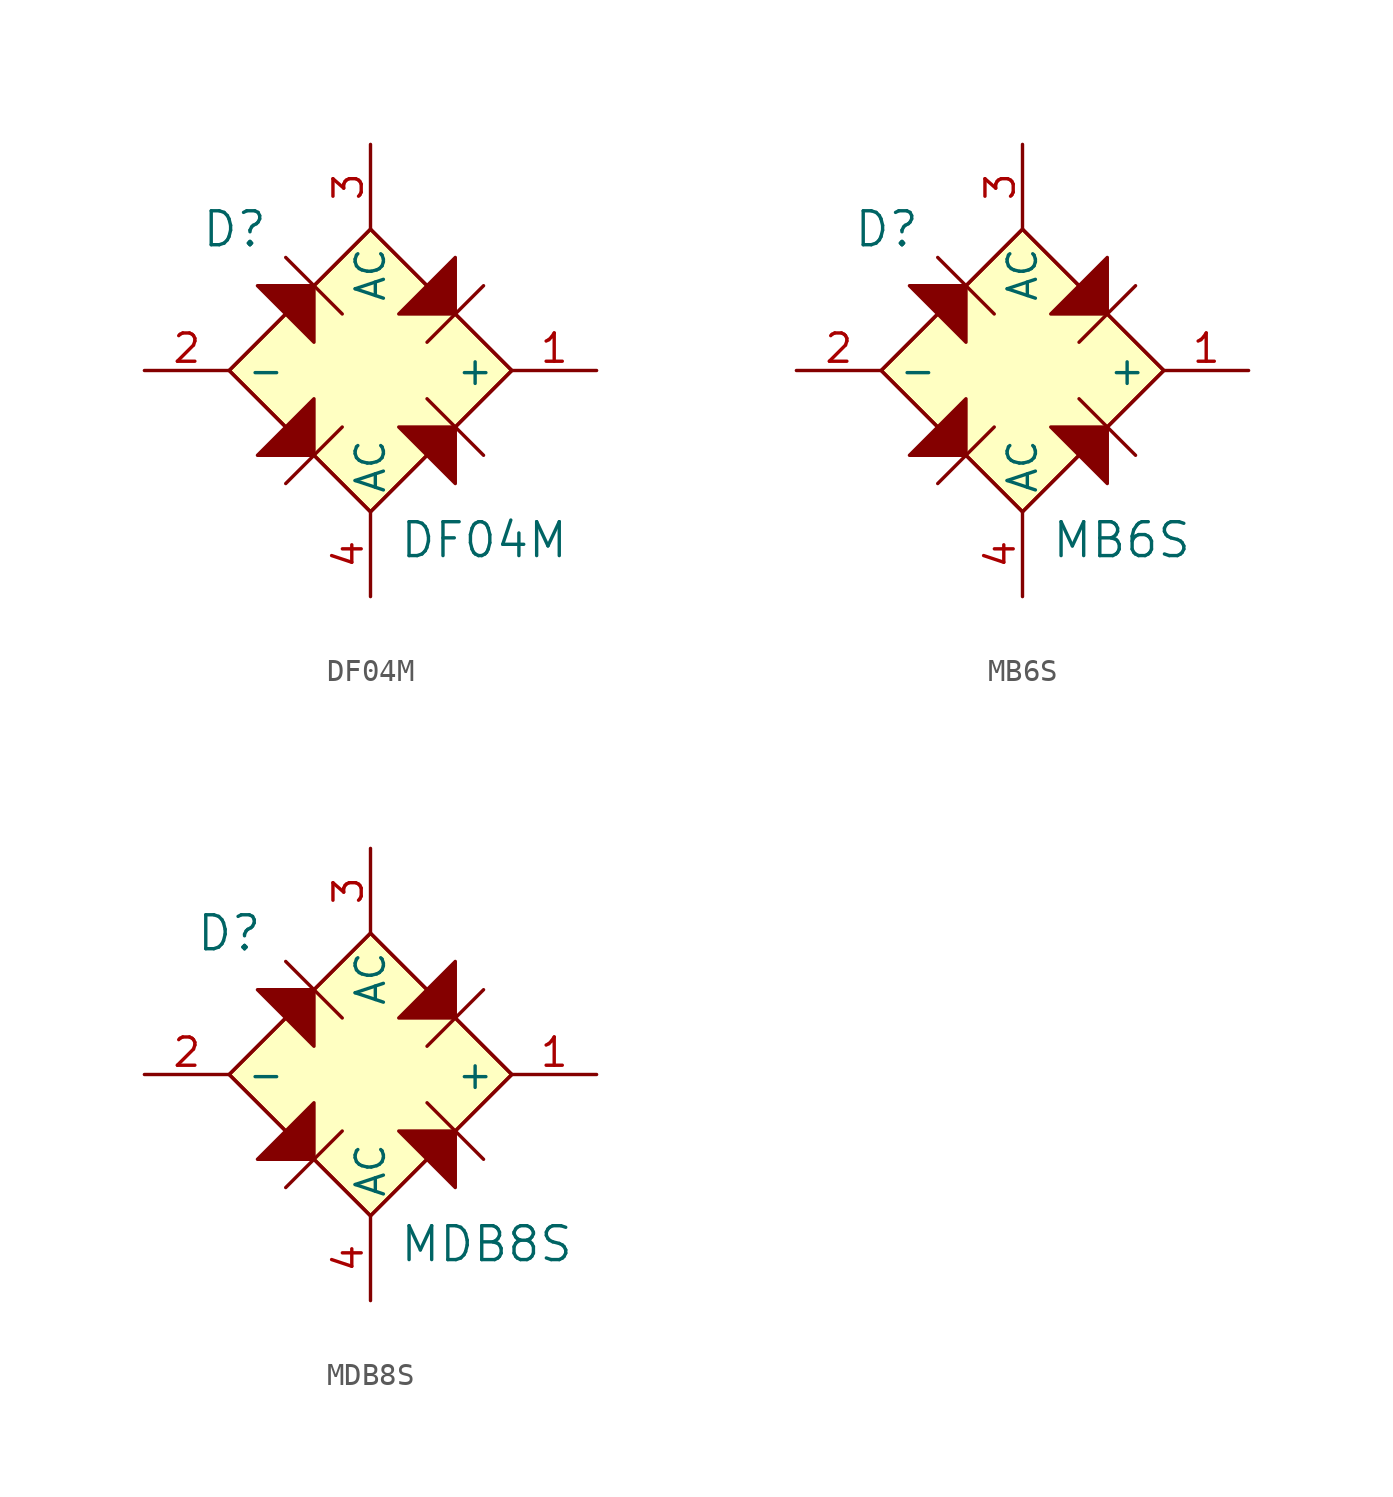
<source format=kicad_sym>
(kicad_symbol_lib
  (version 20220914)
  (generator kicad_symbol_editor)
  (symbol "DF04M"
    (pin_names
      (offset 0.762))
    (property "Reference" "D"
      (at -7.62 6.35 0)
      (effects (font (size 1.524 1.524)) (justify left)))
    (property "Value" "DF04M"
      (at 1.27 -7.62 0)
      (effects (font (size 1.524 1.524)) (justify left)))
    (symbol "DF04M_0_1"
      (polyline (pts (xy -3.81 5.08) (xy -1.27 2.54)) (stroke (width 0) (type default)) (fill (type none)))
      (polyline (pts (xy -1.27 -2.54) (xy -3.81 -5.08)) (stroke (width 0) (type default)) (fill (type none)))
      (polyline (pts (xy 2.54 -1.27) (xy 5.08 -3.81)) (stroke (width 0) (type default)) (fill (type none)))
      (polyline (pts (xy 5.08 3.81) (xy 2.54 1.27)) (stroke (width 0) (type default)) (fill (type none)))
      (polyline (pts (xy -3.81 2.54) (xy -6.35 0) (xy -3.81 -2.54)) (stroke (width 0) (type default)) (fill (type none)))
      (polyline (pts (xy -2.54 3.81) (xy 0 6.35) (xy 2.54 3.81)) (stroke (width 0) (type default)) (fill (type none)))
      (polyline (pts (xy 2.54 -3.81) (xy 0 -6.35) (xy -2.54 -3.81)) (stroke (width 0) (type default)) (fill (type none)))
      (polyline (pts (xy 3.81 2.54) (xy 6.35 0) (xy 3.81 -2.54)) (stroke (width 0) (type default)) (fill (type none)))
      (polyline (pts (xy -2.54 1.27) (xy -2.54 3.81) (xy -5.08 3.81) (xy -2.54 1.27)) (stroke (width 0) (type default)) (fill (type outline)))
      (polyline (pts (xy 1.27 -2.54) (xy 3.81 -2.54) (xy 3.81 -5.08) (xy 1.27 -2.54)) (stroke (width 0) (type default)) (fill (type outline)))
      (polyline (pts (xy 1.27 2.54) (xy 3.81 2.54) (xy 3.81 5.08) (xy 1.27 2.54)) (stroke (width 0) (type default)) (fill (type outline)))
      (polyline (pts (xy -2.54 -3.81) (xy -2.54 -1.27) (xy -3.81 -2.54) (xy -5.08 -3.81) (xy -2.54 -3.81)) (stroke (width 0) (type default)) (fill (type outline)))
      (polyline (pts (xy 0 6.35) (xy 6.35 0) (xy 0 -6.35) (xy -6.35 0) (xy 0 6.35)) (stroke (width 0) (type default)) (fill (type background))))
    (symbol "DF04M_1_1"
      (pin power_out line (at 10.16 0 180) (length 3.81) (name "+" (effects (font (size 1.27 1.27)))) (number "1" (effects (font (size 1.27 1.27)))))
      (pin power_out line (at -10.16 0 0) (length 3.81) (name "-" (effects (font (size 1.27 1.27)))) (number "2" (effects (font (size 1.27 1.27)))))
      (pin power_in line (at 0 10.16 270) (length 3.81) (name "AC" (effects (font (size 1.27 1.27)))) (number "3" (effects (font (size 1.27 1.27)))))
      (pin power_in line (at 0 -10.16 90) (length 3.81) (name "AC" (effects (font (size 1.27 1.27)))) (number "4" (effects (font (size 1.27 1.27)))))))
  (symbol "MB6S"
    (pin_names
      (offset 0.762))
    (property "Reference" "D"
      (at -7.62 6.35 0)
      (effects (font (size 1.524 1.524)) (justify left)))
    (property "Value" "MB6S"
      (at 1.27 -7.62 0)
      (effects (font (size 1.524 1.524)) (justify left)))
    (symbol "MB6S_0_1"
      (polyline (pts (xy -3.81 5.08) (xy -1.27 2.54)) (stroke (width 0) (type default)) (fill (type none)))
      (polyline (pts (xy -1.27 -2.54) (xy -3.81 -5.08)) (stroke (width 0) (type default)) (fill (type none)))
      (polyline (pts (xy 2.54 -1.27) (xy 5.08 -3.81)) (stroke (width 0) (type default)) (fill (type none)))
      (polyline (pts (xy 5.08 3.81) (xy 2.54 1.27)) (stroke (width 0) (type default)) (fill (type none)))
      (polyline (pts (xy -3.81 2.54) (xy -6.35 0) (xy -3.81 -2.54)) (stroke (width 0) (type default)) (fill (type none)))
      (polyline (pts (xy -2.54 3.81) (xy 0 6.35) (xy 2.54 3.81)) (stroke (width 0) (type default)) (fill (type none)))
      (polyline (pts (xy 2.54 -3.81) (xy 0 -6.35) (xy -2.54 -3.81)) (stroke (width 0) (type default)) (fill (type none)))
      (polyline (pts (xy 3.81 2.54) (xy 6.35 0) (xy 3.81 -2.54)) (stroke (width 0) (type default)) (fill (type none)))
      (polyline (pts (xy -2.54 1.27) (xy -2.54 3.81) (xy -5.08 3.81) (xy -2.54 1.27)) (stroke (width 0) (type default)) (fill (type outline)))
      (polyline (pts (xy 1.27 -2.54) (xy 3.81 -2.54) (xy 3.81 -5.08) (xy 1.27 -2.54)) (stroke (width 0) (type default)) (fill (type outline)))
      (polyline (pts (xy 1.27 2.54) (xy 3.81 2.54) (xy 3.81 5.08) (xy 1.27 2.54)) (stroke (width 0) (type default)) (fill (type outline)))
      (polyline (pts (xy -2.54 -3.81) (xy -2.54 -1.27) (xy -3.81 -2.54) (xy -5.08 -3.81) (xy -2.54 -3.81)) (stroke (width 0) (type default)) (fill (type outline)))
      (polyline (pts (xy 0 6.35) (xy -6.35 0) (xy 0 -6.35) (xy 6.35 0) (xy 0 6.35)) (stroke (width 0) (type default)) (fill (type background))))
    (symbol "MB6S_1_1"
      (pin power_out line (at 10.16 0 180) (length 3.81) (name "+" (effects (font (size 1.27 1.27)))) (number "1" (effects (font (size 1.27 1.27)))))
      (pin power_out line (at -10.16 0 0) (length 3.81) (name "-" (effects (font (size 1.27 1.27)))) (number "2" (effects (font (size 1.27 1.27)))))
      (pin power_in line (at 0 10.16 270) (length 3.81) (name "AC" (effects (font (size 1.27 1.27)))) (number "3" (effects (font (size 1.27 1.27)))))
      (pin power_in line (at 0 -10.16 90) (length 3.81) (name "AC" (effects (font (size 1.27 1.27)))) (number "4" (effects (font (size 1.27 1.27)))))))
  (symbol "MDB8S"
    (pin_names
      (offset 0.762))
    (property "Reference" "D"
      (at -6.35 6.35 0)
      (effects (font (size 1.524 1.524))))
    (property "Value" "MDB8S"
      (at 1.27 -7.62 0)
      (effects (font (size 1.524 1.524)) (justify left)))
    (symbol "MDB8S_0_1"
      (polyline (pts (xy -3.81 5.08) (xy -1.27 2.54)) (stroke (width 0) (type default)) (fill (type none)))
      (polyline (pts (xy -1.27 -2.54) (xy -3.81 -5.08)) (stroke (width 0) (type default)) (fill (type none)))
      (polyline (pts (xy 2.54 -1.27) (xy 5.08 -3.81)) (stroke (width 0) (type default)) (fill (type none)))
      (polyline (pts (xy 5.08 3.81) (xy 2.54 1.27)) (stroke (width 0) (type default)) (fill (type none)))
      (polyline (pts (xy -3.81 2.54) (xy -6.35 0) (xy -3.81 -2.54)) (stroke (width 0) (type default)) (fill (type none)))
      (polyline (pts (xy -2.54 3.81) (xy 0 6.35) (xy 2.54 3.81)) (stroke (width 0) (type default)) (fill (type none)))
      (polyline (pts (xy 2.54 -3.81) (xy 0 -6.35) (xy -2.54 -3.81)) (stroke (width 0) (type default)) (fill (type none)))
      (polyline (pts (xy 3.81 2.54) (xy 6.35 0) (xy 3.81 -2.54)) (stroke (width 0) (type default)) (fill (type none)))
      (polyline (pts (xy -2.54 1.27) (xy -2.54 3.81) (xy -5.08 3.81) (xy -2.54 1.27)) (stroke (width 0) (type default)) (fill (type outline)))
      (polyline (pts (xy 1.27 -2.54) (xy 3.81 -2.54) (xy 3.81 -5.08) (xy 1.27 -2.54)) (stroke (width 0) (type default)) (fill (type outline)))
      (polyline (pts (xy 1.27 2.54) (xy 3.81 2.54) (xy 3.81 5.08) (xy 1.27 2.54)) (stroke (width 0) (type default)) (fill (type outline)))
      (polyline (pts (xy -2.54 -3.81) (xy -2.54 -1.27) (xy -3.81 -2.54) (xy -5.08 -3.81) (xy -2.54 -3.81)) (stroke (width 0) (type default)) (fill (type outline)))
      (polyline (pts (xy 0 6.35) (xy -6.35 0) (xy 0 -6.35) (xy 6.35 0) (xy 0 6.35)) (stroke (width 0) (type default)) (fill (type background))))
    (symbol "MDB8S_1_1"
      (pin power_out line (at 10.16 0 180) (length 3.81) (name "+" (effects (font (size 1.27 1.27)))) (number "1" (effects (font (size 1.27 1.27)))))
      (pin power_out line (at -10.16 0 0) (length 3.81) (name "-" (effects (font (size 1.27 1.27)))) (number "2" (effects (font (size 1.27 1.27)))))
      (pin power_in line (at 0 10.16 270) (length 3.81) (name "AC" (effects (font (size 1.27 1.27)))) (number "3" (effects (font (size 1.27 1.27)))))
      (pin power_in line (at 0 -10.16 90) (length 3.81) (name "AC" (effects (font (size 1.27 1.27)))) (number "4" (effects (font (size 1.27 1.27))))))))
</source>
